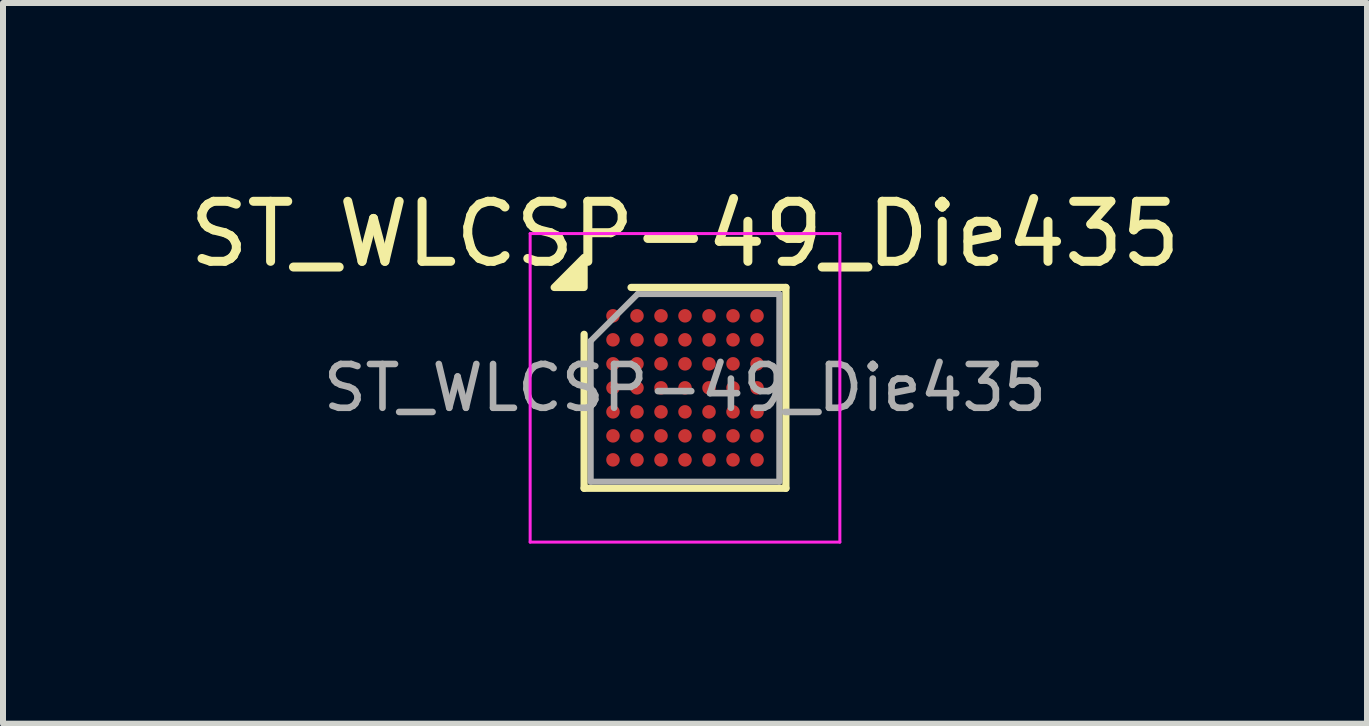
<source format=kicad_pcb>
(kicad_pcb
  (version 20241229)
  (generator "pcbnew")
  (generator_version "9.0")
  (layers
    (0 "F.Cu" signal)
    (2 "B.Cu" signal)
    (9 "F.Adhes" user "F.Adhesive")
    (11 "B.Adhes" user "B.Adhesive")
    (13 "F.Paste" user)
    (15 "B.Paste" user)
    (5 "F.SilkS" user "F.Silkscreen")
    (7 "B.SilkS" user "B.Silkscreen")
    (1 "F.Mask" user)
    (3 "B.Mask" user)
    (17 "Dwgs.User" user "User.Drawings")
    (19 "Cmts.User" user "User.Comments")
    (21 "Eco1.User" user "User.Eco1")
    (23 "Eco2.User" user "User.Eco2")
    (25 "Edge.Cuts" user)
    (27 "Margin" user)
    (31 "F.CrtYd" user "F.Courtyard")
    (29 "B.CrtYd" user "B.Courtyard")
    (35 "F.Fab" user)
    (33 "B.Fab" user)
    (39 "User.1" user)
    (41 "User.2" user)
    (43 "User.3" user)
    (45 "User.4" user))
  (footprint "ST_WLCSP-49_Die435"
    (layer "F.Cu")
    (at 8.363 3.412)
    (property "Reference" "ST_WLCSP-49_Die435" (at 0 -2.563 0) (layer "F.SilkS") (effects (font (size 1 1) (thickness 0.15))))
    (attr smd)
    (fp_line (start -1.681 1.673) (end -1.681 -0.892) (stroke (width 0.12) (type solid)) (layer "F.SilkS"))
    (fp_line (start -0.899 -1.673) (end 1.681 -1.673) (stroke (width 0.12) (type solid)) (layer "F.SilkS"))
    (fp_line (start 1.681 -1.673) (end 1.681 1.673) (stroke (width 0.12) (type solid)) (layer "F.SilkS"))
    (fp_line (start 1.681 1.673) (end -1.681 1.673) (stroke (width 0.12) (type solid)) (layer "F.SilkS"))
    (fp_poly (pts (xy -1.681 -1.673) (xy -2.18 -1.673) (xy -1.681 -2.174) (xy -1.681 -1.673)) (stroke (width 0.12) (type solid)) (fill yes) (layer "F.SilkS"))
    (fp_line (start -2.58 -2.57) (end -2.58 2.57) (stroke (width 0.05) (type solid)) (layer "F.CrtYd"))
    (fp_line (start -2.58 2.57) (end 2.58 2.57) (stroke (width 0.05) (type solid)) (layer "F.CrtYd"))
    (fp_line (start 2.58 -2.57) (end -2.58 -2.57) (stroke (width 0.05) (type solid)) (layer "F.CrtYd"))
    (fp_line (start 2.58 2.57) (end 2.58 -2.57) (stroke (width 0.05) (type solid)) (layer "F.CrtYd"))
    (fp_line (start -1.571 -0.782) (end -0.789 -1.563) (stroke (width 0.1) (type solid)) (layer "F.Fab"))
    (fp_line (start -1.571 1.563) (end -1.571 -0.782) (stroke (width 0.1) (type solid)) (layer "F.Fab"))
    (fp_line (start -0.789 -1.563) (end 1.571 -1.563) (stroke (width 0.1) (type solid)) (layer "F.Fab"))
    (fp_line (start 1.571 -1.563) (end 1.571 1.563) (stroke (width 0.1) (type solid)) (layer "F.Fab"))
    (fp_line (start 1.571 1.563) (end -1.571 1.563) (stroke (width 0.1) (type solid)) (layer "F.Fab"))
    (fp_text user "${REFERENCE}" (at 0 0 0) (layer "F.Fab") (effects (font (size 0.73 0.73) (thickness 0.11))))
    (pad "A1" smd circle (at -1.2 -1.2) (size 0.225 0.225) (property pad_prop_bga) (layers "F.Cu" "F.Mask" "F.Paste"))
    (pad "A2" smd circle (at -0.8 -1.2) (size 0.225 0.225) (property pad_prop_bga) (layers "F.Cu" "F.Mask" "F.Paste"))
    (pad "A3" smd circle (at -0.4 -1.2) (size 0.225 0.225) (property pad_prop_bga) (layers "F.Cu" "F.Mask" "F.Paste"))
    (pad "A4" smd circle (at 0 -1.2) (size 0.225 0.225) (property pad_prop_bga) (layers "F.Cu" "F.Mask" "F.Paste"))
    (pad "A5" smd circle (at 0.4 -1.2) (size 0.225 0.225) (property pad_prop_bga) (layers "F.Cu" "F.Mask" "F.Paste"))
    (pad "A6" smd circle (at 0.8 -1.2) (size 0.225 0.225) (property pad_prop_bga) (layers "F.Cu" "F.Mask" "F.Paste"))
    (pad "A7" smd circle (at 1.2 -1.2) (size 0.225 0.225) (property pad_prop_bga) (layers "F.Cu" "F.Mask" "F.Paste"))
    (pad "B1" smd circle (at -1.2 -0.8) (size 0.225 0.225) (property pad_prop_bga) (layers "F.Cu" "F.Mask" "F.Paste"))
    (pad "B2" smd circle (at -0.8 -0.8) (size 0.225 0.225) (property pad_prop_bga) (layers "F.Cu" "F.Mask" "F.Paste"))
    (pad "B3" smd circle (at -0.4 -0.8) (size 0.225 0.225) (property pad_prop_bga) (layers "F.Cu" "F.Mask" "F.Paste"))
    (pad "B4" smd circle (at 0 -0.8) (size 0.225 0.225) (property pad_prop_bga) (layers "F.Cu" "F.Mask" "F.Paste"))
    (pad "B5" smd circle (at 0.4 -0.8) (size 0.225 0.225) (property pad_prop_bga) (layers "F.Cu" "F.Mask" "F.Paste"))
    (pad "B6" smd circle (at 0.8 -0.8) (size 0.225 0.225) (property pad_prop_bga) (layers "F.Cu" "F.Mask" "F.Paste"))
    (pad "B7" smd circle (at 1.2 -0.8) (size 0.225 0.225) (property pad_prop_bga) (layers "F.Cu" "F.Mask" "F.Paste"))
    (pad "C1" smd circle (at -1.2 -0.4) (size 0.225 0.225) (property pad_prop_bga) (layers "F.Cu" "F.Mask" "F.Paste"))
    (pad "C2" smd circle (at -0.8 -0.4) (size 0.225 0.225) (property pad_prop_bga) (layers "F.Cu" "F.Mask" "F.Paste"))
    (pad "C3" smd circle (at -0.4 -0.4) (size 0.225 0.225) (property pad_prop_bga) (layers "F.Cu" "F.Mask" "F.Paste"))
    (pad "C4" smd circle (at 0 -0.4) (size 0.225 0.225) (property pad_prop_bga) (layers "F.Cu" "F.Mask" "F.Paste"))
    (pad "C5" smd circle (at 0.4 -0.4) (size 0.225 0.225) (property pad_prop_bga) (layers "F.Cu" "F.Mask" "F.Paste"))
    (pad "C6" smd circle (at 0.8 -0.4) (size 0.225 0.225) (property pad_prop_bga) (layers "F.Cu" "F.Mask" "F.Paste"))
    (pad "C7" smd circle (at 1.2 -0.4) (size 0.225 0.225) (property pad_prop_bga) (layers "F.Cu" "F.Mask" "F.Paste"))
    (pad "D1" smd circle (at -1.2 0) (size 0.225 0.225) (property pad_prop_bga) (layers "F.Cu" "F.Mask" "F.Paste"))
    (pad "D2" smd circle (at -0.8 0) (size 0.225 0.225) (property pad_prop_bga) (layers "F.Cu" "F.Mask" "F.Paste"))
    (pad "D3" smd circle (at -0.4 0) (size 0.225 0.225) (property pad_prop_bga) (layers "F.Cu" "F.Mask" "F.Paste"))
    (pad "D4" smd circle (at 0 0) (size 0.225 0.225) (property pad_prop_bga) (layers "F.Cu" "F.Mask" "F.Paste"))
    (pad "D5" smd circle (at 0.4 0) (size 0.225 0.225) (property pad_prop_bga) (layers "F.Cu" "F.Mask" "F.Paste"))
    (pad "D6" smd circle (at 0.8 0) (size 0.225 0.225) (property pad_prop_bga) (layers "F.Cu" "F.Mask" "F.Paste"))
    (pad "D7" smd circle (at 1.2 0) (size 0.225 0.225) (property pad_prop_bga) (layers "F.Cu" "F.Mask" "F.Paste"))
    (pad "E1" smd circle (at -1.2 0.4) (size 0.225 0.225) (property pad_prop_bga) (layers "F.Cu" "F.Mask" "F.Paste"))
    (pad "E2" smd circle (at -0.8 0.4) (size 0.225 0.225) (property pad_prop_bga) (layers "F.Cu" "F.Mask" "F.Paste"))
    (pad "E3" smd circle (at -0.4 0.4) (size 0.225 0.225) (property pad_prop_bga) (layers "F.Cu" "F.Mask" "F.Paste"))
    (pad "E4" smd circle (at 0 0.4) (size 0.225 0.225) (property pad_prop_bga) (layers "F.Cu" "F.Mask" "F.Paste"))
    (pad "E5" smd circle (at 0.4 0.4) (size 0.225 0.225) (property pad_prop_bga) (layers "F.Cu" "F.Mask" "F.Paste"))
    (pad "E6" smd circle (at 0.8 0.4) (size 0.225 0.225) (property pad_prop_bga) (layers "F.Cu" "F.Mask" "F.Paste"))
    (pad "E7" smd circle (at 1.2 0.4) (size 0.225 0.225) (property pad_prop_bga) (layers "F.Cu" "F.Mask" "F.Paste"))
    (pad "F1" smd circle (at -1.2 0.8) (size 0.225 0.225) (property pad_prop_bga) (layers "F.Cu" "F.Mask" "F.Paste"))
    (pad "F2" smd circle (at -0.8 0.8) (size 0.225 0.225) (property pad_prop_bga) (layers "F.Cu" "F.Mask" "F.Paste"))
    (pad "F3" smd circle (at -0.4 0.8) (size 0.225 0.225) (property pad_prop_bga) (layers "F.Cu" "F.Mask" "F.Paste"))
    (pad "F4" smd circle (at 0 0.8) (size 0.225 0.225) (property pad_prop_bga) (layers "F.Cu" "F.Mask" "F.Paste"))
    (pad "F5" smd circle (at 0.4 0.8) (size 0.225 0.225) (property pad_prop_bga) (layers "F.Cu" "F.Mask" "F.Paste"))
    (pad "F6" smd circle (at 0.8 0.8) (size 0.225 0.225) (property pad_prop_bga) (layers "F.Cu" "F.Mask" "F.Paste"))
    (pad "F7" smd circle (at 1.2 0.8) (size 0.225 0.225) (property pad_prop_bga) (layers "F.Cu" "F.Mask" "F.Paste"))
    (pad "G1" smd circle (at -1.2 1.2) (size 0.225 0.225) (property pad_prop_bga) (layers "F.Cu" "F.Mask" "F.Paste"))
    (pad "G2" smd circle (at -0.8 1.2) (size 0.225 0.225) (property pad_prop_bga) (layers "F.Cu" "F.Mask" "F.Paste"))
    (pad "G3" smd circle (at -0.4 1.2) (size 0.225 0.225) (property pad_prop_bga) (layers "F.Cu" "F.Mask" "F.Paste"))
    (pad "G4" smd circle (at 0 1.2) (size 0.225 0.225) (property pad_prop_bga) (layers "F.Cu" "F.Mask" "F.Paste"))
    (pad "G5" smd circle (at 0.4 1.2) (size 0.225 0.225) (property pad_prop_bga) (layers "F.Cu" "F.Mask" "F.Paste"))
    (pad "G6" smd circle (at 0.8 1.2) (size 0.225 0.225) (property pad_prop_bga) (layers "F.Cu" "F.Mask" "F.Paste"))
    (pad "G7" smd circle (at 1.2 1.2) (size 0.225 0.225) (property pad_prop_bga) (layers "F.Cu" "F.Mask" "F.Paste")))
  (gr_rect
    (start -3 -3)
    (end 19.726 9.007)
    (stroke (width 0.1) (type default))
    (fill no)
    (layer "Edge.Cuts")))
</source>
